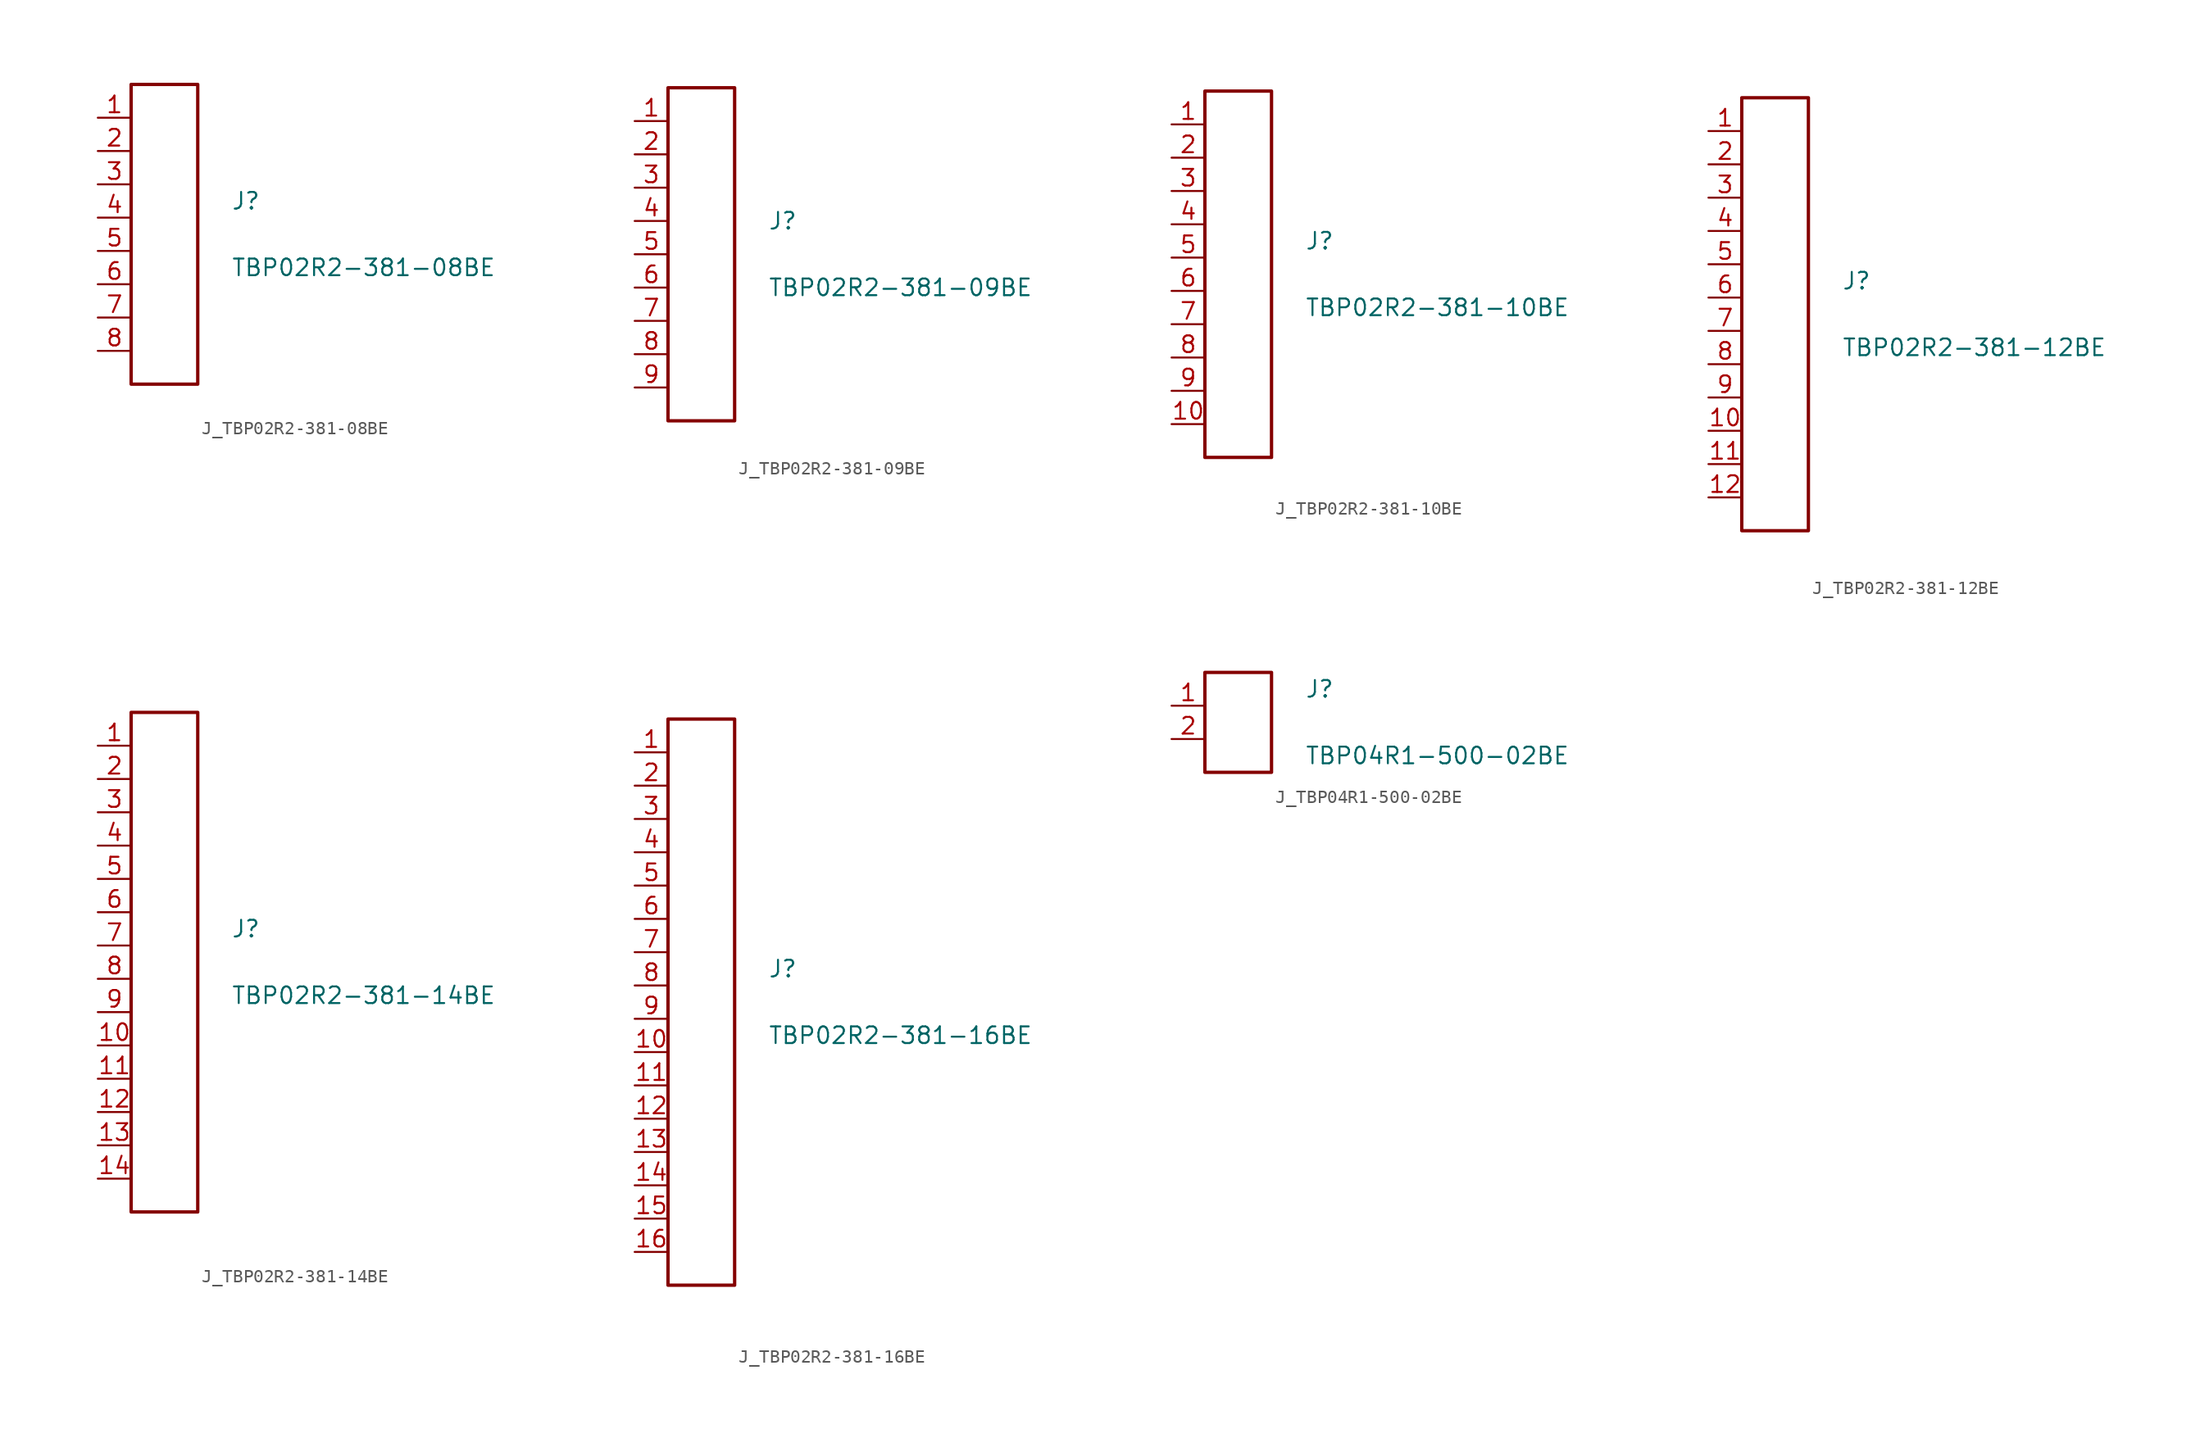
<source format=kicad_sym>
(kicad_symbol_lib
  (version 20231120)
  (generator kicad_symbol_editor)
  (generator_version 8.0)
  (symbol "J_TBP02R2-381-08BE"
    (pin_names
      (offset 0.254))
    (property "Reference" "J"
      (at 5.08 2.54 0)
      (effects (font (size 1.27 1.27)) (justify left)))
    (property "Value" "TBP02R2-381-08BE"
      (at 5.08 -2.54 0)
      (effects (font (size 1.27 1.27)) (justify left)))
    (symbol "J_TBP02R2-381-08BE_0_0"
      (pin unspecified line (at -5.08 8.89 0) (length 2.54) (name "" (effects (font (size 1.27 1.27)))) (number "1" (effects (font (size 1.27 1.27)))))
      (pin unspecified line (at -5.08 6.35 0) (length 2.54) (name "" (effects (font (size 1.27 1.27)))) (number "2" (effects (font (size 1.27 1.27)))))
      (pin unspecified line (at -5.08 3.81 0) (length 2.54) (name "" (effects (font (size 1.27 1.27)))) (number "3" (effects (font (size 1.27 1.27)))))
      (pin unspecified line (at -5.08 1.27 0) (length 2.54) (name "" (effects (font (size 1.27 1.27)))) (number "4" (effects (font (size 1.27 1.27)))))
      (pin unspecified line (at -5.08 -1.27 0) (length 2.54) (name "" (effects (font (size 1.27 1.27)))) (number "5" (effects (font (size 1.27 1.27)))))
      (pin unspecified line (at -5.08 -3.81 0) (length 2.54) (name "" (effects (font (size 1.27 1.27)))) (number "6" (effects (font (size 1.27 1.27)))))
      (pin unspecified line (at -5.08 -6.35 0) (length 2.54) (name "" (effects (font (size 1.27 1.27)))) (number "7" (effects (font (size 1.27 1.27)))))
      (pin unspecified line (at -5.08 -8.89 0) (length 2.54) (name "" (effects (font (size 1.27 1.27)))) (number "8" (effects (font (size 1.27 1.27))))))
    (symbol "J_TBP02R2-381-08BE_1_0"
      (rectangle (start -2.54 11.43) (end 2.54 -11.43) (stroke (width 0.254) (type solid)) (fill (type none)))))
  (symbol "J_TBP02R2-381-09BE"
    (pin_names
      (offset 0.254))
    (property "Reference" "J"
      (at 5.08 2.54 0)
      (effects (font (size 1.27 1.27)) (justify left)))
    (property "Value" "TBP02R2-381-09BE"
      (at 5.08 -2.54 0)
      (effects (font (size 1.27 1.27)) (justify left)))
    (symbol "J_TBP02R2-381-09BE_0_0"
      (pin unspecified line (at -5.08 10.16 0) (length 2.54) (name "" (effects (font (size 1.27 1.27)))) (number "1" (effects (font (size 1.27 1.27)))))
      (pin unspecified line (at -5.08 7.62 0) (length 2.54) (name "" (effects (font (size 1.27 1.27)))) (number "2" (effects (font (size 1.27 1.27)))))
      (pin unspecified line (at -5.08 5.08 0) (length 2.54) (name "" (effects (font (size 1.27 1.27)))) (number "3" (effects (font (size 1.27 1.27)))))
      (pin unspecified line (at -5.08 2.54 0) (length 2.54) (name "" (effects (font (size 1.27 1.27)))) (number "4" (effects (font (size 1.27 1.27)))))
      (pin unspecified line (at -5.08 0.0 0) (length 2.54) (name "" (effects (font (size 1.27 1.27)))) (number "5" (effects (font (size 1.27 1.27)))))
      (pin unspecified line (at -5.08 -2.54 0) (length 2.54) (name "" (effects (font (size 1.27 1.27)))) (number "6" (effects (font (size 1.27 1.27)))))
      (pin unspecified line (at -5.08 -5.08 0) (length 2.54) (name "" (effects (font (size 1.27 1.27)))) (number "7" (effects (font (size 1.27 1.27)))))
      (pin unspecified line (at -5.08 -7.62 0) (length 2.54) (name "" (effects (font (size 1.27 1.27)))) (number "8" (effects (font (size 1.27 1.27)))))
      (pin unspecified line (at -5.08 -10.16 0) (length 2.54) (name "" (effects (font (size 1.27 1.27)))) (number "9" (effects (font (size 1.27 1.27))))))
    (symbol "J_TBP02R2-381-09BE_1_0"
      (rectangle (start -2.54 12.7) (end 2.54 -12.7) (stroke (width 0.254) (type solid)) (fill (type none)))))
  (symbol "J_TBP02R2-381-10BE"
    (pin_names
      (offset 0.254))
    (property "Reference" "J"
      (at 5.08 2.54 0)
      (effects (font (size 1.27 1.27)) (justify left)))
    (property "Value" "TBP02R2-381-10BE"
      (at 5.08 -2.54 0)
      (effects (font (size 1.27 1.27)) (justify left)))
    (symbol "J_TBP02R2-381-10BE_0_0"
      (pin unspecified line (at -5.08 11.43 0) (length 2.54) (name "" (effects (font (size 1.27 1.27)))) (number "1" (effects (font (size 1.27 1.27)))))
      (pin unspecified line (at -5.08 8.89 0) (length 2.54) (name "" (effects (font (size 1.27 1.27)))) (number "2" (effects (font (size 1.27 1.27)))))
      (pin unspecified line (at -5.08 6.35 0) (length 2.54) (name "" (effects (font (size 1.27 1.27)))) (number "3" (effects (font (size 1.27 1.27)))))
      (pin unspecified line (at -5.08 3.81 0) (length 2.54) (name "" (effects (font (size 1.27 1.27)))) (number "4" (effects (font (size 1.27 1.27)))))
      (pin unspecified line (at -5.08 1.27 0) (length 2.54) (name "" (effects (font (size 1.27 1.27)))) (number "5" (effects (font (size 1.27 1.27)))))
      (pin unspecified line (at -5.08 -1.27 0) (length 2.54) (name "" (effects (font (size 1.27 1.27)))) (number "6" (effects (font (size 1.27 1.27)))))
      (pin unspecified line (at -5.08 -3.81 0) (length 2.54) (name "" (effects (font (size 1.27 1.27)))) (number "7" (effects (font (size 1.27 1.27)))))
      (pin unspecified line (at -5.08 -6.35 0) (length 2.54) (name "" (effects (font (size 1.27 1.27)))) (number "8" (effects (font (size 1.27 1.27)))))
      (pin unspecified line (at -5.08 -8.89 0) (length 2.54) (name "" (effects (font (size 1.27 1.27)))) (number "9" (effects (font (size 1.27 1.27)))))
      (pin unspecified line (at -5.08 -11.43 0) (length 2.54) (name "" (effects (font (size 1.27 1.27)))) (number "10" (effects (font (size 1.27 1.27))))))
    (symbol "J_TBP02R2-381-10BE_1_0"
      (rectangle (start -2.54 13.97) (end 2.54 -13.97) (stroke (width 0.254) (type solid)) (fill (type none)))))
  (symbol "J_TBP02R2-381-12BE"
    (pin_names
      (offset 0.254))
    (property "Reference" "J"
      (at 5.08 2.54 0)
      (effects (font (size 1.27 1.27)) (justify left)))
    (property "Value" "TBP02R2-381-12BE"
      (at 5.08 -2.54 0)
      (effects (font (size 1.27 1.27)) (justify left)))
    (symbol "J_TBP02R2-381-12BE_0_0"
      (pin unspecified line (at -5.08 13.97 0) (length 2.54) (name "" (effects (font (size 1.27 1.27)))) (number "1" (effects (font (size 1.27 1.27)))))
      (pin unspecified line (at -5.08 11.43 0) (length 2.54) (name "" (effects (font (size 1.27 1.27)))) (number "2" (effects (font (size 1.27 1.27)))))
      (pin unspecified line (at -5.08 8.89 0) (length 2.54) (name "" (effects (font (size 1.27 1.27)))) (number "3" (effects (font (size 1.27 1.27)))))
      (pin unspecified line (at -5.08 6.35 0) (length 2.54) (name "" (effects (font (size 1.27 1.27)))) (number "4" (effects (font (size 1.27 1.27)))))
      (pin unspecified line (at -5.08 3.81 0) (length 2.54) (name "" (effects (font (size 1.27 1.27)))) (number "5" (effects (font (size 1.27 1.27)))))
      (pin unspecified line (at -5.08 1.27 0) (length 2.54) (name "" (effects (font (size 1.27 1.27)))) (number "6" (effects (font (size 1.27 1.27)))))
      (pin unspecified line (at -5.08 -1.27 0) (length 2.54) (name "" (effects (font (size 1.27 1.27)))) (number "7" (effects (font (size 1.27 1.27)))))
      (pin unspecified line (at -5.08 -3.81 0) (length 2.54) (name "" (effects (font (size 1.27 1.27)))) (number "8" (effects (font (size 1.27 1.27)))))
      (pin unspecified line (at -5.08 -6.35 0) (length 2.54) (name "" (effects (font (size 1.27 1.27)))) (number "9" (effects (font (size 1.27 1.27)))))
      (pin unspecified line (at -5.08 -8.89 0) (length 2.54) (name "" (effects (font (size 1.27 1.27)))) (number "10" (effects (font (size 1.27 1.27)))))
      (pin unspecified line (at -5.08 -11.43 0) (length 2.54) (name "" (effects (font (size 1.27 1.27)))) (number "11" (effects (font (size 1.27 1.27)))))
      (pin unspecified line (at -5.08 -13.97 0) (length 2.54) (name "" (effects (font (size 1.27 1.27)))) (number "12" (effects (font (size 1.27 1.27))))))
    (symbol "J_TBP02R2-381-12BE_1_0"
      (rectangle (start -2.54 16.51) (end 2.54 -16.51) (stroke (width 0.254) (type solid)) (fill (type none)))))
  (symbol "J_TBP02R2-381-14BE"
    (pin_names
      (offset 0.254))
    (property "Reference" "J"
      (at 5.08 2.54 0)
      (effects (font (size 1.27 1.27)) (justify left)))
    (property "Value" "TBP02R2-381-14BE"
      (at 5.08 -2.54 0)
      (effects (font (size 1.27 1.27)) (justify left)))
    (symbol "J_TBP02R2-381-14BE_0_0"
      (pin unspecified line (at -5.08 16.51 0) (length 2.54) (name "" (effects (font (size 1.27 1.27)))) (number "1" (effects (font (size 1.27 1.27)))))
      (pin unspecified line (at -5.08 13.97 0) (length 2.54) (name "" (effects (font (size 1.27 1.27)))) (number "2" (effects (font (size 1.27 1.27)))))
      (pin unspecified line (at -5.08 11.43 0) (length 2.54) (name "" (effects (font (size 1.27 1.27)))) (number "3" (effects (font (size 1.27 1.27)))))
      (pin unspecified line (at -5.08 8.89 0) (length 2.54) (name "" (effects (font (size 1.27 1.27)))) (number "4" (effects (font (size 1.27 1.27)))))
      (pin unspecified line (at -5.08 6.35 0) (length 2.54) (name "" (effects (font (size 1.27 1.27)))) (number "5" (effects (font (size 1.27 1.27)))))
      (pin unspecified line (at -5.08 3.81 0) (length 2.54) (name "" (effects (font (size 1.27 1.27)))) (number "6" (effects (font (size 1.27 1.27)))))
      (pin unspecified line (at -5.08 1.27 0) (length 2.54) (name "" (effects (font (size 1.27 1.27)))) (number "7" (effects (font (size 1.27 1.27)))))
      (pin unspecified line (at -5.08 -1.27 0) (length 2.54) (name "" (effects (font (size 1.27 1.27)))) (number "8" (effects (font (size 1.27 1.27)))))
      (pin unspecified line (at -5.08 -3.81 0) (length 2.54) (name "" (effects (font (size 1.27 1.27)))) (number "9" (effects (font (size 1.27 1.27)))))
      (pin unspecified line (at -5.08 -6.35 0) (length 2.54) (name "" (effects (font (size 1.27 1.27)))) (number "10" (effects (font (size 1.27 1.27)))))
      (pin unspecified line (at -5.08 -8.89 0) (length 2.54) (name "" (effects (font (size 1.27 1.27)))) (number "11" (effects (font (size 1.27 1.27)))))
      (pin unspecified line (at -5.08 -11.43 0) (length 2.54) (name "" (effects (font (size 1.27 1.27)))) (number "12" (effects (font (size 1.27 1.27)))))
      (pin unspecified line (at -5.08 -13.97 0) (length 2.54) (name "" (effects (font (size 1.27 1.27)))) (number "13" (effects (font (size 1.27 1.27)))))
      (pin unspecified line (at -5.08 -16.51 0) (length 2.54) (name "" (effects (font (size 1.27 1.27)))) (number "14" (effects (font (size 1.27 1.27))))))
    (symbol "J_TBP02R2-381-14BE_1_0"
      (rectangle (start -2.54 19.05) (end 2.54 -19.05) (stroke (width 0.254) (type solid)) (fill (type none)))))
  (symbol "J_TBP02R2-381-16BE"
    (pin_names
      (offset 0.254))
    (property "Reference" "J"
      (at 5.08 2.54 0)
      (effects (font (size 1.27 1.27)) (justify left)))
    (property "Value" "TBP02R2-381-16BE"
      (at 5.08 -2.54 0)
      (effects (font (size 1.27 1.27)) (justify left)))
    (symbol "J_TBP02R2-381-16BE_0_0"
      (pin unspecified line (at -5.08 19.05 0) (length 2.54) (name "" (effects (font (size 1.27 1.27)))) (number "1" (effects (font (size 1.27 1.27)))))
      (pin unspecified line (at -5.08 16.51 0) (length 2.54) (name "" (effects (font (size 1.27 1.27)))) (number "2" (effects (font (size 1.27 1.27)))))
      (pin unspecified line (at -5.08 13.97 0) (length 2.54) (name "" (effects (font (size 1.27 1.27)))) (number "3" (effects (font (size 1.27 1.27)))))
      (pin unspecified line (at -5.08 11.43 0) (length 2.54) (name "" (effects (font (size 1.27 1.27)))) (number "4" (effects (font (size 1.27 1.27)))))
      (pin unspecified line (at -5.08 8.89 0) (length 2.54) (name "" (effects (font (size 1.27 1.27)))) (number "5" (effects (font (size 1.27 1.27)))))
      (pin unspecified line (at -5.08 6.35 0) (length 2.54) (name "" (effects (font (size 1.27 1.27)))) (number "6" (effects (font (size 1.27 1.27)))))
      (pin unspecified line (at -5.08 3.81 0) (length 2.54) (name "" (effects (font (size 1.27 1.27)))) (number "7" (effects (font (size 1.27 1.27)))))
      (pin unspecified line (at -5.08 1.27 0) (length 2.54) (name "" (effects (font (size 1.27 1.27)))) (number "8" (effects (font (size 1.27 1.27)))))
      (pin unspecified line (at -5.08 -1.27 0) (length 2.54) (name "" (effects (font (size 1.27 1.27)))) (number "9" (effects (font (size 1.27 1.27)))))
      (pin unspecified line (at -5.08 -3.81 0) (length 2.54) (name "" (effects (font (size 1.27 1.27)))) (number "10" (effects (font (size 1.27 1.27)))))
      (pin unspecified line (at -5.08 -6.35 0) (length 2.54) (name "" (effects (font (size 1.27 1.27)))) (number "11" (effects (font (size 1.27 1.27)))))
      (pin unspecified line (at -5.08 -8.89 0) (length 2.54) (name "" (effects (font (size 1.27 1.27)))) (number "12" (effects (font (size 1.27 1.27)))))
      (pin unspecified line (at -5.08 -11.43 0) (length 2.54) (name "" (effects (font (size 1.27 1.27)))) (number "13" (effects (font (size 1.27 1.27)))))
      (pin unspecified line (at -5.08 -13.97 0) (length 2.54) (name "" (effects (font (size 1.27 1.27)))) (number "14" (effects (font (size 1.27 1.27)))))
      (pin unspecified line (at -5.08 -16.51 0) (length 2.54) (name "" (effects (font (size 1.27 1.27)))) (number "15" (effects (font (size 1.27 1.27)))))
      (pin unspecified line (at -5.08 -19.05 0) (length 2.54) (name "" (effects (font (size 1.27 1.27)))) (number "16" (effects (font (size 1.27 1.27))))))
    (symbol "J_TBP02R2-381-16BE_1_0"
      (rectangle (start -2.54 21.59) (end 2.54 -21.59) (stroke (width 0.254) (type solid)) (fill (type none)))))
  (symbol "J_TBP04R1-500-02BE"
    (pin_names
      (offset 0.254))
    (property "Reference" "J"
      (at 5.08 2.54 0)
      (effects (font (size 1.27 1.27)) (justify left)))
    (property "Value" "TBP04R1-500-02BE"
      (at 5.08 -2.54 0)
      (effects (font (size 1.27 1.27)) (justify left)))
    (symbol "J_TBP04R1-500-02BE_0_0"
      (pin unspecified line (at -5.08 1.27 0) (length 2.54) (name "" (effects (font (size 1.27 1.27)))) (number "1" (effects (font (size 1.27 1.27)))))
      (pin unspecified line (at -5.08 -1.27 0) (length 2.54) (name "" (effects (font (size 1.27 1.27)))) (number "2" (effects (font (size 1.27 1.27))))))
    (symbol "J_TBP04R1-500-02BE_1_0"
      (rectangle (start -2.54 3.81) (end 2.54 -3.81) (stroke (width 0.254) (type solid)) (fill (type none))))))
</source>
